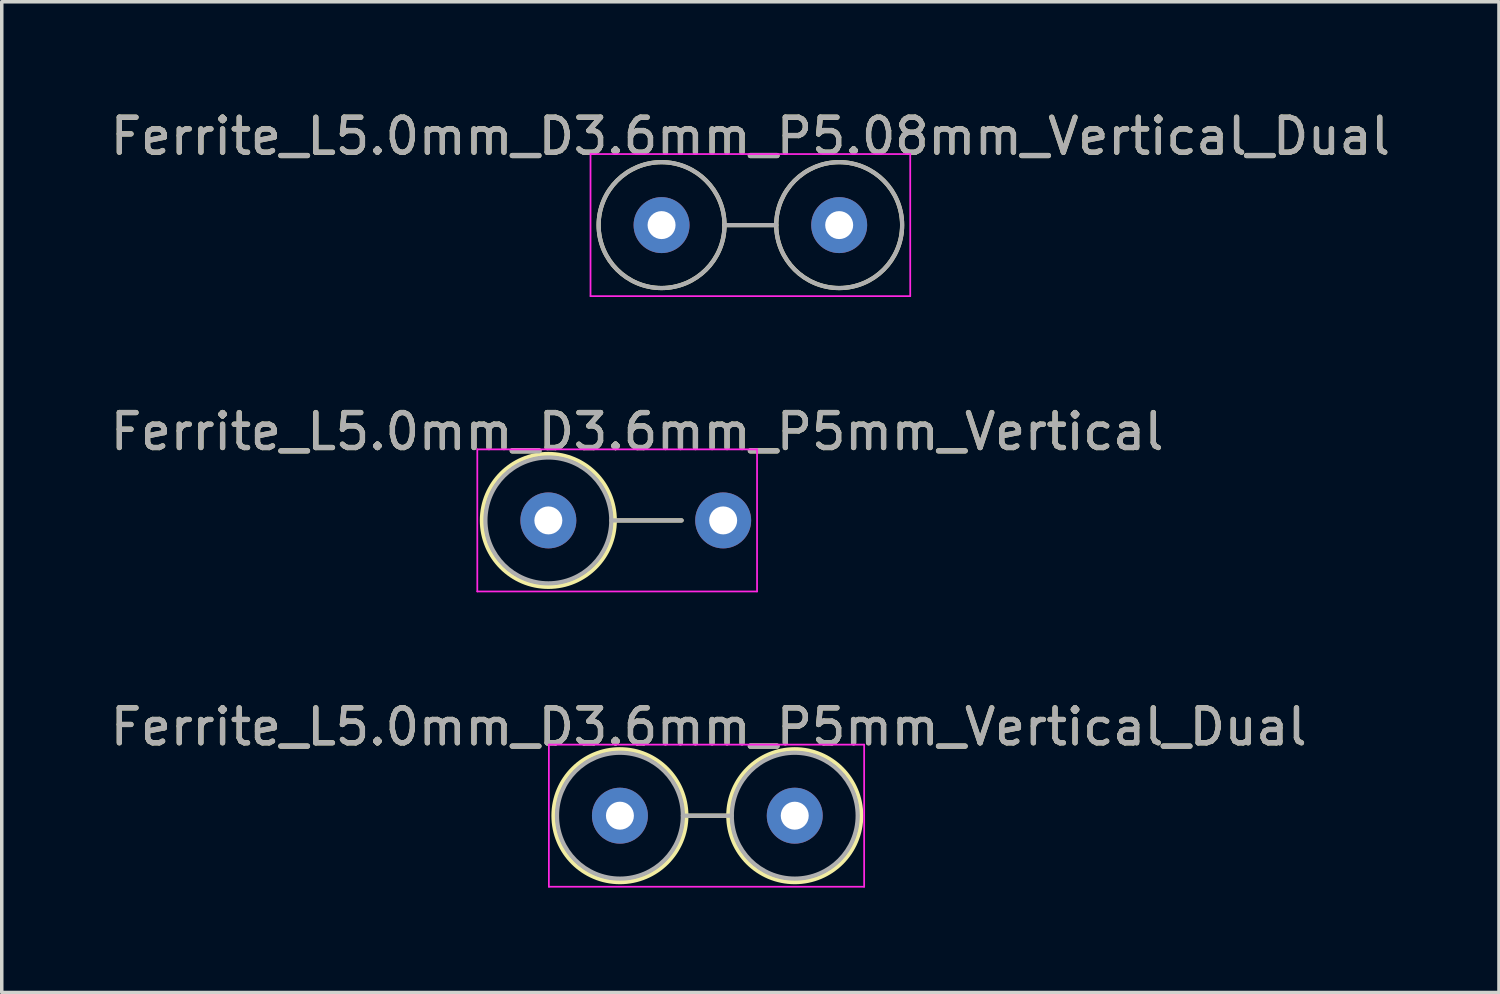
<source format=kicad_pcb>
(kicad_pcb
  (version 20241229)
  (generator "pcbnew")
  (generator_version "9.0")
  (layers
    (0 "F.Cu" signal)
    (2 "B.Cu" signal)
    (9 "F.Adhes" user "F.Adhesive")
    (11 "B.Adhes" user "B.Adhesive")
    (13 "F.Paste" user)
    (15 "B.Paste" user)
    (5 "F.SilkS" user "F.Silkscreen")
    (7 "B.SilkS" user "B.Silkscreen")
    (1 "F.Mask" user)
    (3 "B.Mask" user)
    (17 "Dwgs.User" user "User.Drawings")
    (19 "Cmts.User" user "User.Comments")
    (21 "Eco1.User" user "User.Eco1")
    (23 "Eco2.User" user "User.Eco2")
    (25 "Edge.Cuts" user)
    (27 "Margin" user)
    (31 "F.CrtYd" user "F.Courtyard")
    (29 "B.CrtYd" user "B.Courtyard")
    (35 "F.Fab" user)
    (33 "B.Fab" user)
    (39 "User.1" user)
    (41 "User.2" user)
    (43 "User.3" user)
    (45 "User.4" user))
  (footprint "Ferrite_L5.0mm_D3.6mm_P5mm_Vertical"
    (layer "F.Cu")
    (at 12.633 11.834)
    (property "Reference" "Ferrite_L5.0mm_D3.6mm_P5mm_Vertical" (at 2.54 -2.54 0) (layer "F.SilkS") (effects (font (size 1 1) (thickness 0.15))))
    (fp_line (start 3.81 0) (end 1.9 0) (stroke (width 0.12) (type solid)) (layer "F.SilkS"))
    (fp_circle (center 0 0) (end 1.9 0) (stroke (width 0.12) (type solid)) (fill no) (layer "F.SilkS"))
    (fp_line (start -2.032 -2.032) (end 5.969 -2.032) (stroke (width 0.05) (type solid)) (layer "F.CrtYd"))
    (fp_line (start -2.032 2.032) (end -2.032 -2.032) (stroke (width 0.05) (type solid)) (layer "F.CrtYd"))
    (fp_line (start 5.969 -2.032) (end 5.969 2.032) (stroke (width 0.05) (type solid)) (layer "F.CrtYd"))
    (fp_line (start 5.969 2.032) (end -2.032 2.032) (stroke (width 0.05) (type solid)) (layer "F.CrtYd"))
    (fp_line (start 3.81 0) (end 1.8 0) (stroke (width 0.12) (type solid)) (layer "F.Fab"))
    (fp_circle (center 0 0) (end 1.8 0) (stroke (width 0.12) (type solid)) (fill no) (layer "F.Fab"))
    (fp_text user "${REFERENCE}" (at 2.54 -2.539 0) (layer "F.Fab") (effects (font (size 1 1) (thickness 0.15))))
    (pad "1" thru_hole circle (at 0 0) (size 1.6 1.6) (drill 0.8) (layers "*.Cu" "*.Mask"))
    (pad "2" thru_hole circle (at 5 0) (size 1.6 1.6) (drill 0.8) (layers "*.Cu" "*.Mask")))
  (footprint "Ferrite_L5.0mm_D3.6mm_P5mm_Vertical_Dual"
    (layer "F.Cu")
    (at 14.68 20.279)
    (property "Reference" "Ferrite_L5.0mm_D3.6mm_P5mm_Vertical_Dual" (at 2.54 -2.54 0) (layer "F.SilkS") (effects (font (size 1 1) (thickness 0.15))))
    (fp_line (start 3.1 0) (end 1.9 0) (stroke (width 0.12) (type solid)) (layer "F.SilkS"))
    (fp_circle (center 0 0) (end 1.9 0) (stroke (width 0.12) (type solid)) (fill no) (layer "F.SilkS"))
    (fp_circle (center 5 0) (end 6.9 0) (stroke (width 0.12) (type solid)) (fill no) (layer "F.SilkS"))
    (fp_line (start -2.032 -2.032) (end 6.985 -2.032) (stroke (width 0.05) (type solid)) (layer "F.CrtYd"))
    (fp_line (start -2.032 2.032) (end -2.032 -2.032) (stroke (width 0.05) (type solid)) (layer "F.CrtYd"))
    (fp_line (start 6.985 -2.032) (end 6.985 2.032) (stroke (width 0.05) (type solid)) (layer "F.CrtYd"))
    (fp_line (start 6.985 2.032) (end -2.032 2.032) (stroke (width 0.05) (type solid)) (layer "F.CrtYd"))
    (fp_line (start 3.2 0) (end 1.8 0) (stroke (width 0.12) (type solid)) (layer "F.Fab"))
    (fp_circle (center 0 0) (end 1.8 0) (stroke (width 0.12) (type solid)) (fill no) (layer "F.Fab"))
    (fp_circle (center 5 0) (end 6.8 0) (stroke (width 0.12) (type solid)) (fill no) (layer "F.Fab"))
    (fp_text user "${REFERENCE}" (at 2.54 -2.54 0) (layer "F.Fab") (effects (font (size 1 1) (thickness 0.15))))
    (pad "1" thru_hole circle (at 0 0) (size 1.6 1.6) (drill 0.8) (layers "*.Cu" "*.Mask"))
    (pad "2" thru_hole circle (at 5 0) (size 1.6 1.6) (drill 0.8) (layers "*.Cu" "*.Mask")))
  (footprint "Ferrite_L5.0mm_D3.6mm_P5.08mm_Vertical_Dual"
    (layer "F.Cu")
    (at 15.871 3.388)
    (property "Reference" "Ferrite_L5.0mm_D3.6mm_P5.08mm_Vertical_Dual" (at 2.54 -2.54 0) (layer "F.SilkS") (effects (font (size 1 1) (thickness 0.15))))
    (fp_line (start 3.28 0) (end 1.8 0) (stroke (width 0.12) (type solid)) (layer "F.SilkS"))
    (fp_circle (center 0 0) (end 1.8 0) (stroke (width 0.12) (type solid)) (fill no) (layer "F.SilkS"))
    (fp_circle (center 5.08 0) (end 6.88 0) (stroke (width 0.12) (type solid)) (fill no) (layer "F.SilkS"))
    (fp_line (start -2.032 -2.032) (end 7.112 -2.032) (stroke (width 0.05) (type solid)) (layer "F.CrtYd"))
    (fp_line (start -2.032 2.032) (end -2.032 -2.032) (stroke (width 0.05) (type solid)) (layer "F.CrtYd"))
    (fp_line (start 7.112 -2.032) (end 7.112 2.032) (stroke (width 0.05) (type solid)) (layer "F.CrtYd"))
    (fp_line (start 7.112 2.032) (end -2.032 2.032) (stroke (width 0.05) (type solid)) (layer "F.CrtYd"))
    (fp_line (start 3.28 0) (end 1.8 0) (stroke (width 0.12) (type solid)) (layer "F.Fab"))
    (fp_circle (center 0 0) (end 1.8 0) (stroke (width 0.12) (type solid)) (fill no) (layer "F.Fab"))
    (fp_circle (center 5.08 0) (end 6.88 0) (stroke (width 0.12) (type solid)) (fill no) (layer "F.Fab"))
    (fp_text user "${REFERENCE}" (at 2.54 -2.54 0) (layer "F.Fab") (effects (font (size 1 1) (thickness 0.15))))
    (pad "1" thru_hole circle (at 0 0) (size 1.6 1.6) (drill 0.8) (layers "*.Cu" "*.Mask"))
    (pad "2" thru_hole circle (at 5.08 0) (size 1.6 1.6) (drill 0.8) (layers "*.Cu" "*.Mask")))
  (gr_rect
    (start -3 -3)
    (end 39.821 25.336)
    (stroke (width 0.1) (type default))
    (fill no)
    (layer "Edge.Cuts")))
</source>
